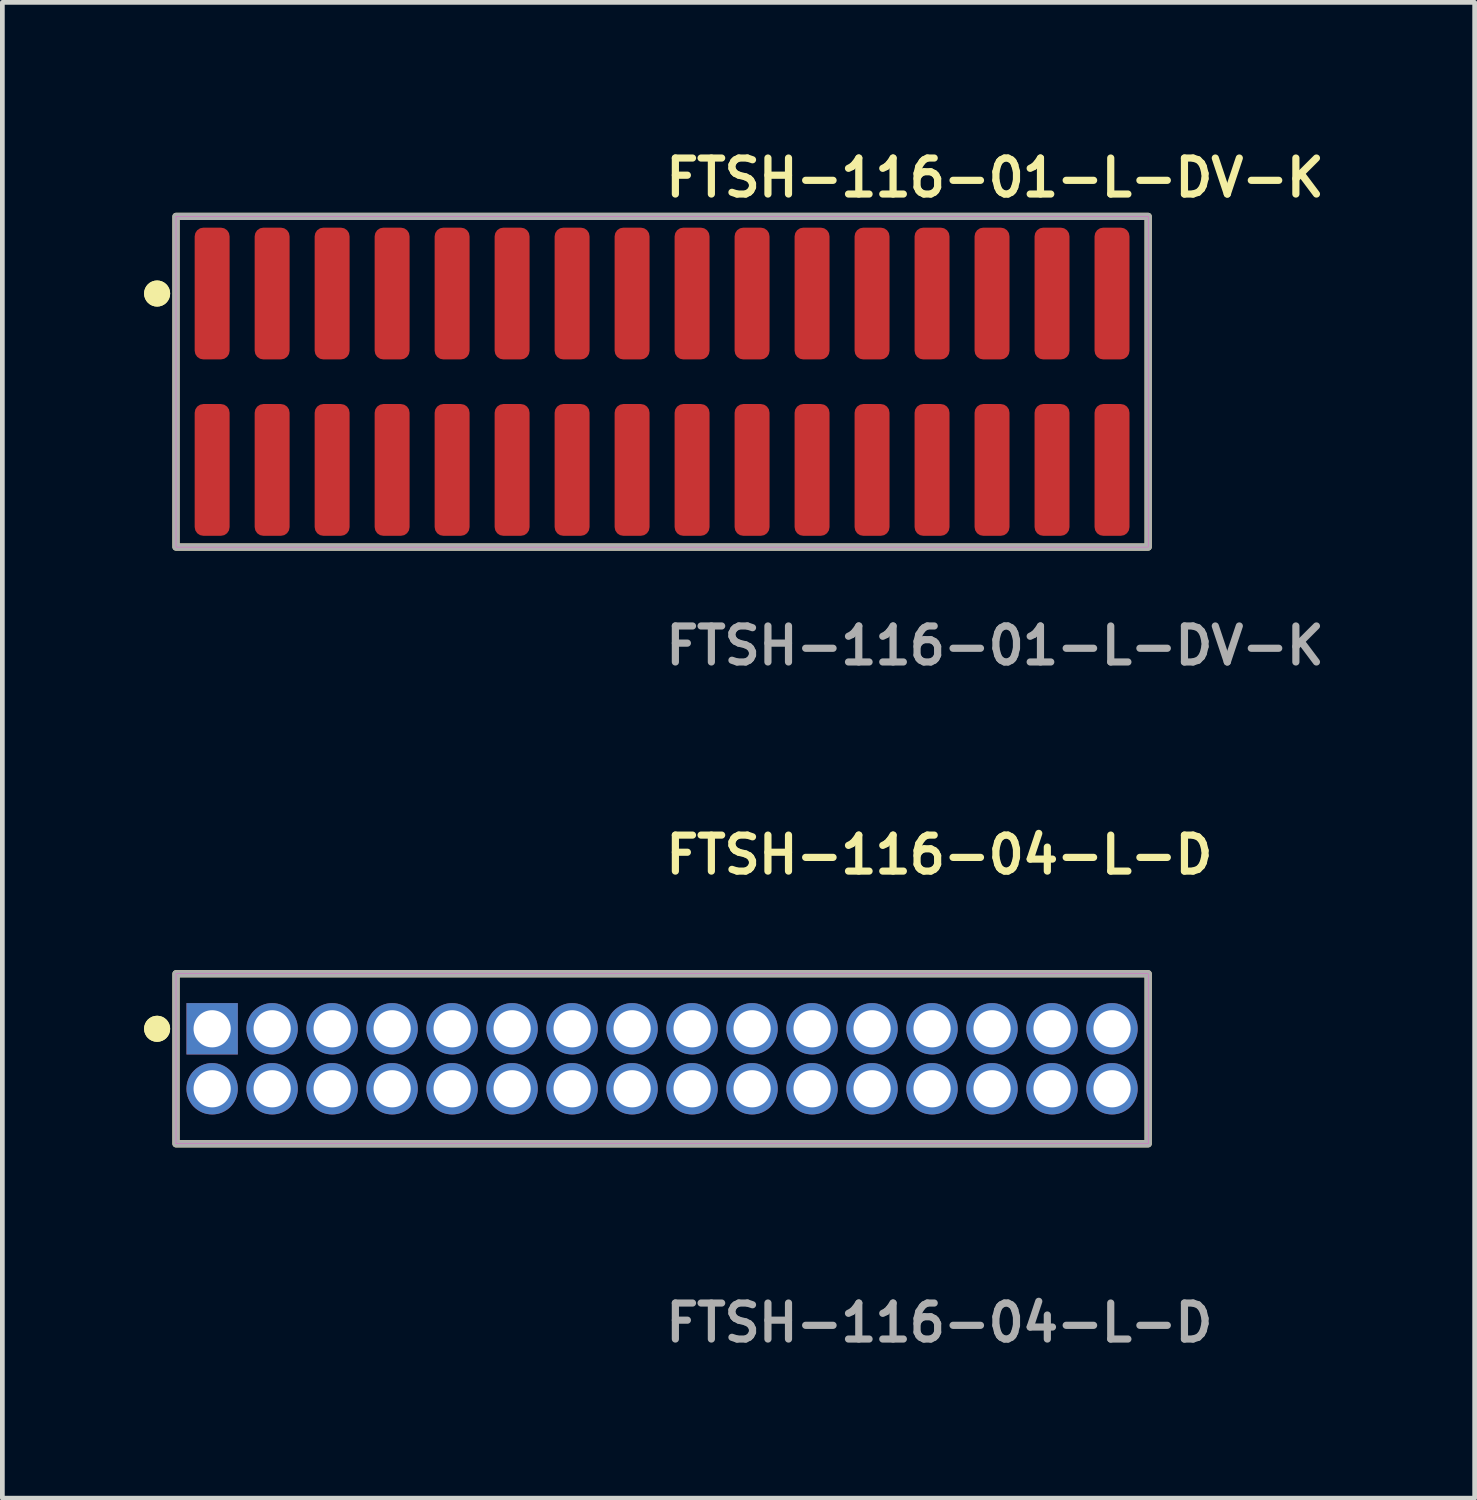
<source format=kicad_pcb>
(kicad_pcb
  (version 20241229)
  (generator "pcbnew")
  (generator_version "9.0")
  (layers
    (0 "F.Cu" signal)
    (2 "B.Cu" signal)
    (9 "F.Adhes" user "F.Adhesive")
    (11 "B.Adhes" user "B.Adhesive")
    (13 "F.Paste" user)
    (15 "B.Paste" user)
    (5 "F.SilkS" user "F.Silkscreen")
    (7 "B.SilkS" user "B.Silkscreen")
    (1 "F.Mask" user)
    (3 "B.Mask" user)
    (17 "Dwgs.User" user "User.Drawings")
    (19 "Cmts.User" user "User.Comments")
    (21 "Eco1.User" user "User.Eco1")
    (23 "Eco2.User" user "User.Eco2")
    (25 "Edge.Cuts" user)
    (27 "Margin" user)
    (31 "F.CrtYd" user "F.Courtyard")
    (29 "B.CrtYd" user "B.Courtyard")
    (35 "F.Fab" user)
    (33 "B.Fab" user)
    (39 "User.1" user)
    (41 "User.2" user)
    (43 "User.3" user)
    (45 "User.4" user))
  (footprint "FTSH-116-04-L-D"
    (layer "F.Cu")
    (at 10.966 19.364)
    (property "Reference" "FTSH-116-04-L-D" (at 0 -4.318 0) (unlocked yes) (layer "F.SilkS") (effects (font (size 0.762 0.762) (thickness 0.152)) (justify left)))
    (fp_rect (start -10.29 1.8) (end 10.29 -1.8) (stroke (width 0.152) (type solid)) (fill no) (layer "F.SilkS"))
    (fp_circle (center -10.69 -0.635) (end -10.89 -0.635) (stroke (width 0.152) (type solid)) (fill yes) (layer "F.SilkS"))
    (fp_circle (center -10.69 -0.635) (end -10.89 -0.635) (stroke (width 0.152) (type solid)) (fill yes) (layer "F.SilkS"))
    (fp_rect (start -10.29 1.8) (end 10.29 -1.8) (stroke (width 0.006) (type solid)) (fill no) (layer "F.CrtYd"))
    (fp_rect (start -10.29 1.8) (end 10.29 -1.8) (stroke (width 0.152) (type solid)) (fill no) (layer "F.Fab"))
    (fp_text user "${REFERENCE}" (at 0 5.588 0) (unlocked yes) (layer "F.Fab") (effects (font (size 0.762 0.762) (thickness 0.152)) (justify left)))
    (pad "1" thru_hole rect (at -9.525 -0.635) (size 1.087 1.087) (drill 0.787) (layers "*.Cu" "*.Mask"))
    (pad "2" thru_hole circle (at -9.525 0.635) (size 1.087 1.087) (drill 0.787) (layers "*.Cu" "*.Mask"))
    (pad "3" thru_hole circle (at -8.255 -0.635) (size 1.087 1.087) (drill 0.787) (layers "*.Cu" "*.Mask"))
    (pad "4" thru_hole circle (at -8.255 0.635) (size 1.087 1.087) (drill 0.787) (layers "*.Cu" "*.Mask"))
    (pad "5" thru_hole circle (at -6.985 -0.635) (size 1.087 1.087) (drill 0.787) (layers "*.Cu" "*.Mask"))
    (pad "6" thru_hole circle (at -6.985 0.635) (size 1.087 1.087) (drill 0.787) (layers "*.Cu" "*.Mask"))
    (pad "7" thru_hole circle (at -5.715 -0.635) (size 1.087 1.087) (drill 0.787) (layers "*.Cu" "*.Mask"))
    (pad "8" thru_hole circle (at -5.715 0.635) (size 1.087 1.087) (drill 0.787) (layers "*.Cu" "*.Mask"))
    (pad "9" thru_hole circle (at -4.445 -0.635) (size 1.087 1.087) (drill 0.787) (layers "*.Cu" "*.Mask"))
    (pad "10" thru_hole circle (at -4.445 0.635) (size 1.087 1.087) (drill 0.787) (layers "*.Cu" "*.Mask"))
    (pad "11" thru_hole circle (at -3.175 -0.635) (size 1.087 1.087) (drill 0.787) (layers "*.Cu" "*.Mask"))
    (pad "12" thru_hole circle (at -3.175 0.635) (size 1.087 1.087) (drill 0.787) (layers "*.Cu" "*.Mask"))
    (pad "13" thru_hole circle (at -1.905 -0.635) (size 1.087 1.087) (drill 0.787) (layers "*.Cu" "*.Mask"))
    (pad "14" thru_hole circle (at -1.905 0.635) (size 1.087 1.087) (drill 0.787) (layers "*.Cu" "*.Mask"))
    (pad "15" thru_hole circle (at -0.635 -0.635) (size 1.087 1.087) (drill 0.787) (layers "*.Cu" "*.Mask"))
    (pad "16" thru_hole circle (at -0.635 0.635) (size 1.087 1.087) (drill 0.787) (layers "*.Cu" "*.Mask"))
    (pad "17" thru_hole circle (at 0.635 -0.635) (size 1.087 1.087) (drill 0.787) (layers "*.Cu" "*.Mask"))
    (pad "18" thru_hole circle (at 0.635 0.635) (size 1.087 1.087) (drill 0.787) (layers "*.Cu" "*.Mask"))
    (pad "19" thru_hole circle (at 1.905 -0.635) (size 1.087 1.087) (drill 0.787) (layers "*.Cu" "*.Mask"))
    (pad "20" thru_hole circle (at 1.905 0.635) (size 1.087 1.087) (drill 0.787) (layers "*.Cu" "*.Mask"))
    (pad "21" thru_hole circle (at 3.175 -0.635) (size 1.087 1.087) (drill 0.787) (layers "*.Cu" "*.Mask"))
    (pad "22" thru_hole circle (at 3.175 0.635) (size 1.087 1.087) (drill 0.787) (layers "*.Cu" "*.Mask"))
    (pad "23" thru_hole circle (at 4.445 -0.635) (size 1.087 1.087) (drill 0.787) (layers "*.Cu" "*.Mask"))
    (pad "24" thru_hole circle (at 4.445 0.635) (size 1.087 1.087) (drill 0.787) (layers "*.Cu" "*.Mask"))
    (pad "25" thru_hole circle (at 5.715 -0.635) (size 1.087 1.087) (drill 0.787) (layers "*.Cu" "*.Mask"))
    (pad "26" thru_hole circle (at 5.715 0.635) (size 1.087 1.087) (drill 0.787) (layers "*.Cu" "*.Mask"))
    (pad "27" thru_hole circle (at 6.985 -0.635) (size 1.087 1.087) (drill 0.787) (layers "*.Cu" "*.Mask"))
    (pad "28" thru_hole circle (at 6.985 0.635) (size 1.087 1.087) (drill 0.787) (layers "*.Cu" "*.Mask"))
    (pad "29" thru_hole circle (at 8.255 -0.635) (size 1.087 1.087) (drill 0.787) (layers "*.Cu" "*.Mask"))
    (pad "30" thru_hole circle (at 8.255 0.635) (size 1.087 1.087) (drill 0.787) (layers "*.Cu" "*.Mask"))
    (pad "31" thru_hole circle (at 9.525 -0.635) (size 1.087 1.087) (drill 0.787) (layers "*.Cu" "*.Mask"))
    (pad "32" thru_hole circle (at 9.525 0.635) (size 1.087 1.087) (drill 0.787) (layers "*.Cu" "*.Mask")))
  (footprint "FTSH-116-01-L-DV-K"
    (layer "F.Cu")
    (at 10.966 5.031)
    (property "Reference" "FTSH-116-01-L-DV-K" (at 0 -4.318 0) (unlocked yes) (layer "F.SilkS") (effects (font (size 0.762 0.762) (thickness 0.152)) (justify left)))
    (fp_rect (start -10.29 3.5) (end 10.29 -3.5) (stroke (width 0.152) (type solid)) (fill no) (layer "F.SilkS"))
    (fp_circle (center -10.69 -1.867) (end -10.89 -1.867) (stroke (width 0.152) (type solid)) (fill yes) (layer "F.SilkS"))
    (fp_circle (center -10.69 -1.867) (end -10.89 -1.867) (stroke (width 0.152) (type solid)) (fill yes) (layer "F.SilkS"))
    (fp_rect (start -10.29 3.5) (end 10.29 -3.5) (stroke (width 0.006) (type solid)) (fill no) (layer "F.CrtYd"))
    (fp_rect (start -10.29 3.5) (end 10.29 -3.5) (stroke (width 0.152) (type solid)) (fill no) (layer "F.Fab"))
    (fp_text user "${REFERENCE}" (at 0 5.588 0) (unlocked yes) (layer "F.Fab") (effects (font (size 0.762 0.762) (thickness 0.152)) (justify left)))
    (pad "1" smd roundrect (at -9.525 -1.867) (size 0.74 2.79) (layers "F.Cu" "F.Paste") (roundrect_rratio 0.25))
    (pad "2" smd roundrect (at -9.525 1.867) (size 0.74 2.79) (layers "F.Cu" "F.Paste") (roundrect_rratio 0.25))
    (pad "3" smd roundrect (at -8.255 -1.867) (size 0.74 2.79) (layers "F.Cu" "F.Paste") (roundrect_rratio 0.25))
    (pad "4" smd roundrect (at -8.255 1.867) (size 0.74 2.79) (layers "F.Cu" "F.Paste") (roundrect_rratio 0.25))
    (pad "5" smd roundrect (at -6.985 -1.867) (size 0.74 2.79) (layers "F.Cu" "F.Paste") (roundrect_rratio 0.25))
    (pad "6" smd roundrect (at -6.985 1.867) (size 0.74 2.79) (layers "F.Cu" "F.Paste") (roundrect_rratio 0.25))
    (pad "7" smd roundrect (at -5.715 -1.867) (size 0.74 2.79) (layers "F.Cu" "F.Paste") (roundrect_rratio 0.25))
    (pad "8" smd roundrect (at -5.715 1.867) (size 0.74 2.79) (layers "F.Cu" "F.Paste") (roundrect_rratio 0.25))
    (pad "9" smd roundrect (at -4.445 -1.867) (size 0.74 2.79) (layers "F.Cu" "F.Paste") (roundrect_rratio 0.25))
    (pad "10" smd roundrect (at -4.445 1.867) (size 0.74 2.79) (layers "F.Cu" "F.Paste") (roundrect_rratio 0.25))
    (pad "11" smd roundrect (at -3.175 -1.867) (size 0.74 2.79) (layers "F.Cu" "F.Paste") (roundrect_rratio 0.25))
    (pad "12" smd roundrect (at -3.175 1.867) (size 0.74 2.79) (layers "F.Cu" "F.Paste") (roundrect_rratio 0.25))
    (pad "13" smd roundrect (at -1.905 -1.867) (size 0.74 2.79) (layers "F.Cu" "F.Paste") (roundrect_rratio 0.25))
    (pad "14" smd roundrect (at -1.905 1.867) (size 0.74 2.79) (layers "F.Cu" "F.Paste") (roundrect_rratio 0.25))
    (pad "15" smd roundrect (at -0.635 -1.867) (size 0.74 2.79) (layers "F.Cu" "F.Paste") (roundrect_rratio 0.25))
    (pad "16" smd roundrect (at -0.635 1.867) (size 0.74 2.79) (layers "F.Cu" "F.Paste") (roundrect_rratio 0.25))
    (pad "17" smd roundrect (at 0.635 -1.867) (size 0.74 2.79) (layers "F.Cu" "F.Paste") (roundrect_rratio 0.25))
    (pad "18" smd roundrect (at 0.635 1.867) (size 0.74 2.79) (layers "F.Cu" "F.Paste") (roundrect_rratio 0.25))
    (pad "19" smd roundrect (at 1.905 -1.867) (size 0.74 2.79) (layers "F.Cu" "F.Paste") (roundrect_rratio 0.25))
    (pad "20" smd roundrect (at 1.905 1.867) (size 0.74 2.79) (layers "F.Cu" "F.Paste") (roundrect_rratio 0.25))
    (pad "21" smd roundrect (at 3.175 -1.867) (size 0.74 2.79) (layers "F.Cu" "F.Paste") (roundrect_rratio 0.25))
    (pad "22" smd roundrect (at 3.175 1.867) (size 0.74 2.79) (layers "F.Cu" "F.Paste") (roundrect_rratio 0.25))
    (pad "23" smd roundrect (at 4.445 -1.867) (size 0.74 2.79) (layers "F.Cu" "F.Paste") (roundrect_rratio 0.25))
    (pad "24" smd roundrect (at 4.445 1.867) (size 0.74 2.79) (layers "F.Cu" "F.Paste") (roundrect_rratio 0.25))
    (pad "25" smd roundrect (at 5.715 -1.867) (size 0.74 2.79) (layers "F.Cu" "F.Paste") (roundrect_rratio 0.25))
    (pad "26" smd roundrect (at 5.715 1.867) (size 0.74 2.79) (layers "F.Cu" "F.Paste") (roundrect_rratio 0.25))
    (pad "27" smd roundrect (at 6.985 -1.867) (size 0.74 2.79) (layers "F.Cu" "F.Paste") (roundrect_rratio 0.25))
    (pad "28" smd roundrect (at 6.985 1.867) (size 0.74 2.79) (layers "F.Cu" "F.Paste") (roundrect_rratio 0.25))
    (pad "29" smd roundrect (at 8.255 -1.867) (size 0.74 2.79) (layers "F.Cu" "F.Paste") (roundrect_rratio 0.25))
    (pad "30" smd roundrect (at 8.255 1.867) (size 0.74 2.79) (layers "F.Cu" "F.Paste") (roundrect_rratio 0.25))
    (pad "31" smd roundrect (at 9.525 -1.867) (size 0.74 2.79) (layers "F.Cu" "F.Paste") (roundrect_rratio 0.25))
    (pad "32" smd roundrect (at 9.525 1.867) (size 0.74 2.79) (layers "F.Cu" "F.Paste") (roundrect_rratio 0.25)))
  (gr_rect
    (start -3 -3)
    (end 28.168 28.665)
    (stroke (width 0.1) (type default))
    (fill no)
    (layer "Edge.Cuts")))
</source>
